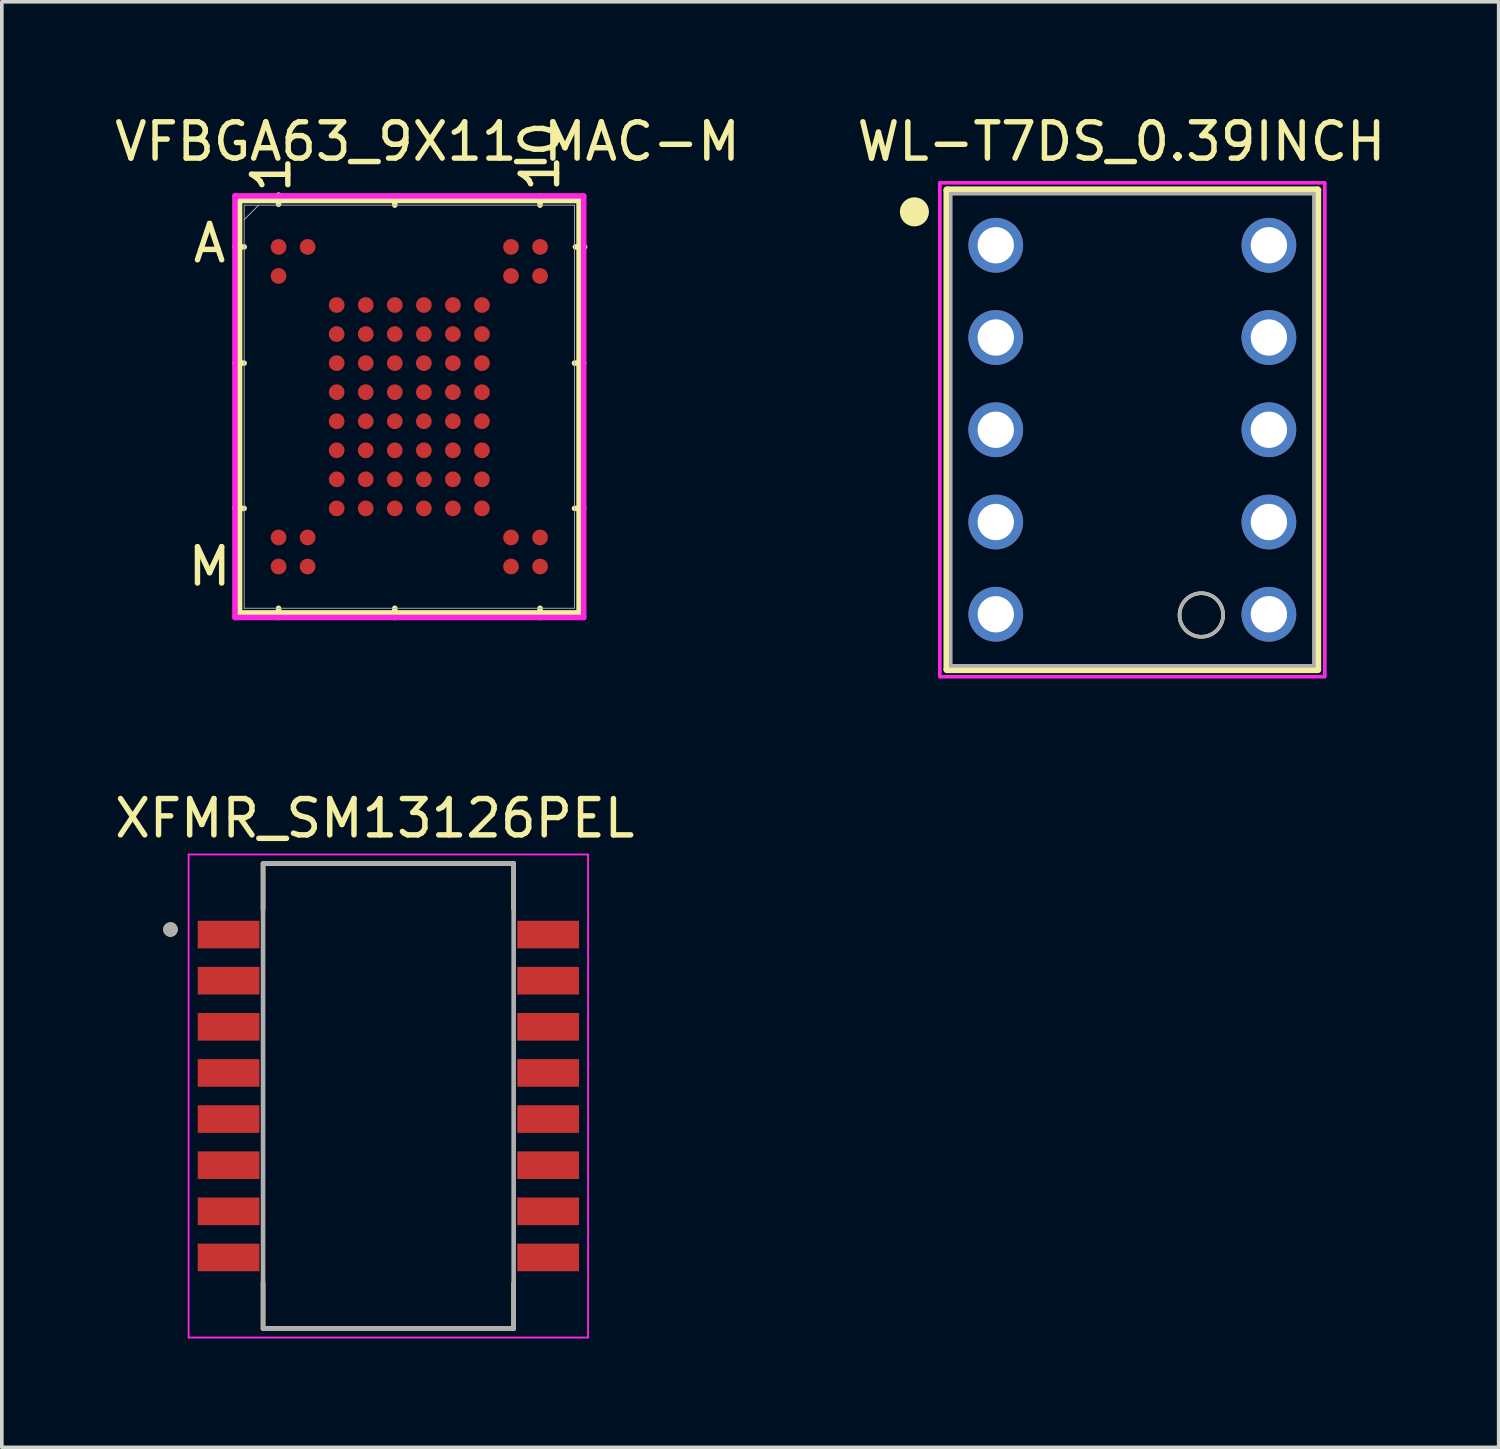
<source format=kicad_pcb>
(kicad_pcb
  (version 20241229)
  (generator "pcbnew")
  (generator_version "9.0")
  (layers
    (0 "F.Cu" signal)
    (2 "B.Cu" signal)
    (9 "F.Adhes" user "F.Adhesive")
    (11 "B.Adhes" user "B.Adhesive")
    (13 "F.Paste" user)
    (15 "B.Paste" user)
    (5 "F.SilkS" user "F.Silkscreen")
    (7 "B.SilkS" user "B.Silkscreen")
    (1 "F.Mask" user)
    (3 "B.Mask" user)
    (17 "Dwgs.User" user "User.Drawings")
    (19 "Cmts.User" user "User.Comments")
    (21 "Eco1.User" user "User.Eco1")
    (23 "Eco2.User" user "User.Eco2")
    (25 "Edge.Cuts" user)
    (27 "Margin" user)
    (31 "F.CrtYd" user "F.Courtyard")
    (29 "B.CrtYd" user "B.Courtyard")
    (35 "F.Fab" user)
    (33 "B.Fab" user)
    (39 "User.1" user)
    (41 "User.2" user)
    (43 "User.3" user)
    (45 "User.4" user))
  (footprint "XFMR_SM13126PEL"
    (layer "F.Cu")
    (at 7.643 27.127)
    (property "Reference" "XFMR_SM13126PEL" (at -0.375 -7.645 0) (layer "F.SilkS") (effects (font (size 1 1) (thickness 0.15))))
    (attr smd)
    (fp_line (start -3.45 -6.4) (end 3.45 -6.4) (stroke (width 0.127) (type solid)) (layer "F.SilkS"))
    (fp_line (start -3.45 -5.15) (end -3.45 -6.4) (stroke (width 0.127) (type solid)) (layer "F.SilkS"))
    (fp_line (start -3.45 5.15) (end -3.45 6.4) (stroke (width 0.127) (type solid)) (layer "F.SilkS"))
    (fp_line (start -3.45 6.4) (end 3.45 6.4) (stroke (width 0.127) (type solid)) (layer "F.SilkS"))
    (fp_line (start 3.45 -6.4) (end 3.45 -5.15) (stroke (width 0.127) (type solid)) (layer "F.SilkS"))
    (fp_line (start 3.45 6.4) (end 3.45 5.15) (stroke (width 0.127) (type solid)) (layer "F.SilkS"))
    (fp_circle (center -6 -4.585) (end -5.9 -4.585) (stroke (width 0.2) (type solid)) (fill no) (layer "F.SilkS"))
    (fp_line (start -5.5 -6.65) (end -5.5 6.65) (stroke (width 0.05) (type solid)) (layer "F.CrtYd"))
    (fp_line (start -5.5 6.65) (end 5.5 6.65) (stroke (width 0.05) (type solid)) (layer "F.CrtYd"))
    (fp_line (start 5.5 -6.65) (end -5.5 -6.65) (stroke (width 0.05) (type solid)) (layer "F.CrtYd"))
    (fp_line (start 5.5 6.65) (end 5.5 -6.65) (stroke (width 0.05) (type solid)) (layer "F.CrtYd"))
    (fp_line (start -3.45 -6.4) (end -3.45 6.4) (stroke (width 0.127) (type solid)) (layer "F.Fab"))
    (fp_line (start -3.45 6.4) (end 3.45 6.4) (stroke (width 0.127) (type solid)) (layer "F.Fab"))
    (fp_line (start 3.45 -6.4) (end -3.45 -6.4) (stroke (width 0.127) (type solid)) (layer "F.Fab"))
    (fp_line (start 3.45 6.4) (end 3.45 -6.4) (stroke (width 0.127) (type solid)) (layer "F.Fab"))
    (fp_circle (center -6 -4.585) (end -5.9 -4.585) (stroke (width 0.2) (type solid)) (fill no) (layer "F.Fab"))
    (pad "1" smd rect (at -4.4 -4.445) (size 1.7 0.76) (layers "F.Cu" "F.Mask" "F.Paste"))
    (pad "2" smd rect (at -4.4 -3.175) (size 1.7 0.76) (layers "F.Cu" "F.Mask" "F.Paste"))
    (pad "3" smd rect (at -4.4 -1.905) (size 1.7 0.76) (layers "F.Cu" "F.Mask" "F.Paste"))
    (pad "4" smd rect (at -4.4 -0.635) (size 1.7 0.76) (layers "F.Cu" "F.Mask" "F.Paste"))
    (pad "5" smd rect (at -4.4 0.635) (size 1.7 0.76) (layers "F.Cu" "F.Mask" "F.Paste"))
    (pad "6" smd rect (at -4.4 1.905) (size 1.7 0.76) (layers "F.Cu" "F.Mask" "F.Paste"))
    (pad "7" smd rect (at -4.4 3.175) (size 1.7 0.76) (layers "F.Cu" "F.Mask" "F.Paste"))
    (pad "8" smd rect (at -4.4 4.445) (size 1.7 0.76) (layers "F.Cu" "F.Mask" "F.Paste"))
    (pad "9" smd rect (at 4.4 4.445) (size 1.7 0.76) (layers "F.Cu" "F.Mask" "F.Paste"))
    (pad "10" smd rect (at 4.4 3.175) (size 1.7 0.76) (layers "F.Cu" "F.Mask" "F.Paste"))
    (pad "11" smd rect (at 4.4 1.905) (size 1.7 0.76) (layers "F.Cu" "F.Mask" "F.Paste"))
    (pad "12" smd rect (at 4.4 0.635) (size 1.7 0.76) (layers "F.Cu" "F.Mask" "F.Paste"))
    (pad "13" smd rect (at 4.4 -0.635) (size 1.7 0.76) (layers "F.Cu" "F.Mask" "F.Paste"))
    (pad "14" smd rect (at 4.4 -1.905) (size 1.7 0.76) (layers "F.Cu" "F.Mask" "F.Paste"))
    (pad "15" smd rect (at 4.4 -3.175) (size 1.7 0.76) (layers "F.Cu" "F.Mask" "F.Paste"))
    (pad "16" smd rect (at 4.4 -4.445) (size 1.7 0.76) (layers "F.Cu" "F.Mask" "F.Paste")))
  (footprint "WL-T7DS_0.39INCH"
    (layer "F.Cu")
    (at 28.127 8.783)
    (property "Reference" "WL-T7DS_0.39INCH" (at -0.3 -7.935 0) (layer "F.SilkS") (effects (font (size 1 1) (thickness 0.15))))
    (attr through_hole)
    (fp_line (start -5.1 -6.6) (end 5.1 -6.6) (stroke (width 0.2) (type solid)) (layer "F.SilkS"))
    (fp_line (start -5.1 6.6) (end -5.1 -6.6) (stroke (width 0.2) (type solid)) (layer "F.SilkS"))
    (fp_line (start 5.1 -6.6) (end 5.1 6.6) (stroke (width 0.2) (type solid)) (layer "F.SilkS"))
    (fp_line (start 5.1 6.6) (end -5.1 6.6) (stroke (width 0.2) (type solid)) (layer "F.SilkS"))
    (fp_circle (center -6 -6) (end -5.8 -6) (stroke (width 0.4) (type solid)) (fill no) (layer "F.SilkS"))
    (fp_circle (center 1.9 5.1) (end 2.5 5.1) (stroke (width 0.1) (type solid)) (fill no) (layer "F.SilkS"))
    (fp_poly (pts (xy 5.3 6.8) (xy -5.3 6.8) (xy -5.3 -6.8) (xy 5.3 -6.8)) (stroke (width 0.1) (type solid)) (fill no) (layer "F.CrtYd"))
    (fp_line (start -5 -6.5) (end 5 -6.5) (stroke (width 0.1) (type solid)) (layer "F.Fab"))
    (fp_line (start -5 6.5) (end -5 -6.5) (stroke (width 0.1) (type solid)) (layer "F.Fab"))
    (fp_line (start 5 -6.5) (end 5 6.5) (stroke (width 0.1) (type solid)) (layer "F.Fab"))
    (fp_line (start 5 6.5) (end -5 6.5) (stroke (width 0.1) (type solid)) (layer "F.Fab"))
    (fp_circle (center 1.9 5.1) (end 2.5 5.1) (stroke (width 0.1) (type solid)) (fill no) (layer "F.Fab"))
    (pad "1" thru_hole circle (at -3.76 -5.08) (size 1.508 1.508) (drill 1) (layers "*.Cu" "*.Mask"))
    (pad "2" thru_hole circle (at -3.76 -2.54) (size 1.508 1.508) (drill 1) (layers "*.Cu" "*.Mask"))
    (pad "3" thru_hole circle (at -3.76 0) (size 1.508 1.508) (drill 1) (layers "*.Cu" "*.Mask"))
    (pad "4" thru_hole circle (at -3.76 2.54) (size 1.508 1.508) (drill 1) (layers "*.Cu" "*.Mask"))
    (pad "5" thru_hole circle (at -3.76 5.08) (size 1.508 1.508) (drill 1) (layers "*.Cu" "*.Mask"))
    (pad "6" thru_hole circle (at 3.76 5.08) (size 1.508 1.508) (drill 1) (layers "*.Cu" "*.Mask"))
    (pad "7" thru_hole circle (at 3.76 2.54) (size 1.508 1.508) (drill 1) (layers "*.Cu" "*.Mask"))
    (pad "8" thru_hole circle (at 3.76 0) (size 1.508 1.508) (drill 1) (layers "*.Cu" "*.Mask"))
    (pad "9" thru_hole circle (at 3.76 -2.54) (size 1.508 1.508) (drill 1) (layers "*.Cu" "*.Mask"))
    (pad "10" thru_hole circle (at 3.76 -5.08) (size 1.508 1.508) (drill 1) (layers "*.Cu" "*.Mask")))
  (footprint "VFBGA63_9X11_MAC-M"
    (layer "F.Cu")
    (at 8.22 8.148)
    (property "Reference" "VFBGA63_9X11_MAC-M" (at 0.5 -7.3 0) (unlocked yes) (layer "F.SilkS") (effects (font (size 1 1) (thickness 0.15))))
    (attr smd)
    (fp_line (start -4.674 -5.677) (end -4.674 5.677) (stroke (width 0.152) (type solid)) (layer "F.SilkS"))
    (fp_line (start -4.674 5.677) (end 4.674 5.677) (stroke (width 0.152) (type solid)) (layer "F.SilkS"))
    (fp_line (start -4.547 -1.2) (end -4.801 -1.2) (stroke (width 0.152) (type solid)) (layer "F.SilkS"))
    (fp_line (start -4.547 2.8) (end -4.801 2.8) (stroke (width 0.152) (type solid)) (layer "F.SilkS"))
    (fp_line (start -4.546 -4.4) (end -4.8 -4.4) (stroke (width 0.152) (type solid)) (layer "F.SilkS"))
    (fp_line (start -3.6 -5.827) (end -3.6 -5.573) (stroke (width 0.152) (type solid)) (layer "F.SilkS"))
    (fp_line (start -3.6 5.55) (end -3.6 5.804) (stroke (width 0.152) (type solid)) (layer "F.SilkS"))
    (fp_line (start -0.4 -5.55) (end -0.4 -5.804) (stroke (width 0.152) (type solid)) (layer "F.SilkS"))
    (fp_line (start -0.4 5.55) (end -0.4 5.804) (stroke (width 0.152) (type solid)) (layer "F.SilkS"))
    (fp_line (start 3.6 -5.55) (end 3.6 -5.804) (stroke (width 0.152) (type solid)) (layer "F.SilkS"))
    (fp_line (start 3.6 5.55) (end 3.6 5.804) (stroke (width 0.152) (type solid)) (layer "F.SilkS"))
    (fp_line (start 4.547 -1.2) (end 4.801 -1.2) (stroke (width 0.152) (type solid)) (layer "F.SilkS"))
    (fp_line (start 4.547 2.8) (end 4.801 2.8) (stroke (width 0.152) (type solid)) (layer "F.SilkS"))
    (fp_line (start 4.573 -4.4) (end 4.827 -4.4) (stroke (width 0.152) (type solid)) (layer "F.SilkS"))
    (fp_line (start 4.674 -5.677) (end -4.674 -5.677) (stroke (width 0.152) (type solid)) (layer "F.SilkS"))
    (fp_line (start 4.674 5.677) (end 4.674 -5.677) (stroke (width 0.152) (type solid)) (layer "F.SilkS"))
    (fp_line (start -4.801 -5.804) (end 4.801 -5.804) (stroke (width 0.152) (type solid)) (layer "F.CrtYd"))
    (fp_line (start -4.801 5.804) (end -4.801 -5.804) (stroke (width 0.152) (type solid)) (layer "F.CrtYd"))
    (fp_line (start 4.801 -5.804) (end 4.801 5.804) (stroke (width 0.152) (type solid)) (layer "F.CrtYd"))
    (fp_line (start 4.801 5.804) (end -4.801 5.804) (stroke (width 0.152) (type solid)) (layer "F.CrtYd"))
    (fp_line (start -4.547 -5.55) (end -4.547 5.55) (stroke (width 0.025) (type solid)) (layer "F.Fab"))
    (fp_line (start -4.547 5.55) (end 4.547 5.55) (stroke (width 0.025) (type solid)) (layer "F.Fab"))
    (fp_line (start -4.147 -5.55) (end -4.547 -5.15) (stroke (width 0.025) (type solid)) (layer "F.Fab"))
    (fp_line (start 4.547 -5.55) (end -4.547 -5.55) (stroke (width 0.025) (type solid)) (layer "F.Fab"))
    (fp_line (start 4.547 5.55) (end 4.547 -5.55) (stroke (width 0.025) (type solid)) (layer "F.Fab"))
    (fp_text user "A" (at -5.5 -4.5 0) (unlocked yes) (layer "F.SilkS") (effects (font (size 1 1) (thickness 0.15))))
    (fp_text user "M" (at -5.5 4.4 0) (unlocked yes) (layer "F.SilkS") (effects (font (size 1 1) (thickness 0.15))))
    (fp_text user "10" (at 3.6 -6.9 90) (unlocked yes) (layer "F.SilkS") (effects (font (size 1 1) (thickness 0.15))))
    (fp_text user "1" (at -3.8 -6.4 90) (unlocked yes) (layer "F.SilkS") (effects (font (size 1 1) (thickness 0.15))))
    (pad "A1" smd circle (at -3.6 -4.4) (size 0.432 0.432) (layers "F.Cu" "F.Mask" "F.Paste"))
    (pad "A2" smd circle (at -2.8 -4.4) (size 0.432 0.432) (layers "F.Cu" "F.Mask" "F.Paste"))
    (pad "A9" smd circle (at 2.8 -4.4) (size 0.432 0.432) (layers "F.Cu" "F.Mask" "F.Paste"))
    (pad "A10" smd circle (at 3.6 -4.4) (size 0.432 0.432) (layers "F.Cu" "F.Mask" "F.Paste"))
    (pad "B1" smd circle (at -3.6 -3.6) (size 0.432 0.432) (layers "F.Cu" "F.Mask" "F.Paste"))
    (pad "B9" smd circle (at 2.8 -3.6) (size 0.432 0.432) (layers "F.Cu" "F.Mask" "F.Paste"))
    (pad "B10" smd circle (at 3.6 -3.6) (size 0.432 0.432) (layers "F.Cu" "F.Mask" "F.Paste"))
    (pad "C3" smd circle (at -2 -2.8) (size 0.432 0.432) (layers "F.Cu" "F.Mask" "F.Paste"))
    (pad "C4" smd circle (at -1.2 -2.8) (size 0.432 0.432) (layers "F.Cu" "F.Mask" "F.Paste"))
    (pad "C5" smd circle (at -0.4 -2.8) (size 0.432 0.432) (layers "F.Cu" "F.Mask" "F.Paste"))
    (pad "C6" smd circle (at 0.4 -2.8) (size 0.432 0.432) (layers "F.Cu" "F.Mask" "F.Paste"))
    (pad "C7" smd circle (at 1.2 -2.8) (size 0.432 0.432) (layers "F.Cu" "F.Mask" "F.Paste"))
    (pad "C8" smd circle (at 2 -2.8) (size 0.432 0.432) (layers "F.Cu" "F.Mask" "F.Paste"))
    (pad "D3" smd circle (at -2 -2) (size 0.432 0.432) (layers "F.Cu" "F.Mask" "F.Paste"))
    (pad "D4" smd circle (at -1.2 -2) (size 0.432 0.432) (layers "F.Cu" "F.Mask" "F.Paste"))
    (pad "D5" smd circle (at -0.4 -2) (size 0.432 0.432) (layers "F.Cu" "F.Mask" "F.Paste"))
    (pad "D6" smd circle (at 0.4 -2) (size 0.432 0.432) (layers "F.Cu" "F.Mask" "F.Paste"))
    (pad "D7" smd circle (at 1.2 -2) (size 0.432 0.432) (layers "F.Cu" "F.Mask" "F.Paste"))
    (pad "D8" smd circle (at 2 -2) (size 0.432 0.432) (layers "F.Cu" "F.Mask" "F.Paste"))
    (pad "E3" smd circle (at -2 -1.2) (size 0.432 0.432) (layers "F.Cu" "F.Mask" "F.Paste"))
    (pad "E4" smd circle (at -1.2 -1.2) (size 0.432 0.432) (layers "F.Cu" "F.Mask" "F.Paste"))
    (pad "E5" smd circle (at -0.4 -1.2) (size 0.432 0.432) (layers "F.Cu" "F.Mask" "F.Paste"))
    (pad "E6" smd circle (at 0.4 -1.2) (size 0.432 0.432) (layers "F.Cu" "F.Mask" "F.Paste"))
    (pad "E7" smd circle (at 1.2 -1.2) (size 0.432 0.432) (layers "F.Cu" "F.Mask" "F.Paste"))
    (pad "E8" smd circle (at 2 -1.2) (size 0.432 0.432) (layers "F.Cu" "F.Mask" "F.Paste"))
    (pad "F3" smd circle (at -2 -0.4) (size 0.432 0.432) (layers "F.Cu" "F.Mask" "F.Paste"))
    (pad "F4" smd circle (at -1.2 -0.4) (size 0.432 0.432) (layers "F.Cu" "F.Mask" "F.Paste"))
    (pad "F5" smd circle (at -0.4 -0.4) (size 0.432 0.432) (layers "F.Cu" "F.Mask" "F.Paste"))
    (pad "F6" smd circle (at 0.4 -0.4) (size 0.432 0.432) (layers "F.Cu" "F.Mask" "F.Paste"))
    (pad "F7" smd circle (at 1.2 -0.4) (size 0.432 0.432) (layers "F.Cu" "F.Mask" "F.Paste"))
    (pad "F8" smd circle (at 2 -0.4) (size 0.432 0.432) (layers "F.Cu" "F.Mask" "F.Paste"))
    (pad "G3" smd circle (at -2 0.4) (size 0.432 0.432) (layers "F.Cu" "F.Mask" "F.Paste"))
    (pad "G4" smd circle (at -1.2 0.4) (size 0.432 0.432) (layers "F.Cu" "F.Mask" "F.Paste"))
    (pad "G5" smd circle (at -0.4 0.4) (size 0.432 0.432) (layers "F.Cu" "F.Mask" "F.Paste"))
    (pad "G6" smd circle (at 0.4 0.4) (size 0.432 0.432) (layers "F.Cu" "F.Mask" "F.Paste"))
    (pad "G7" smd circle (at 1.2 0.4) (size 0.432 0.432) (layers "F.Cu" "F.Mask" "F.Paste"))
    (pad "G8" smd circle (at 2 0.4) (size 0.432 0.432) (layers "F.Cu" "F.Mask" "F.Paste"))
    (pad "H3" smd circle (at -2 1.2) (size 0.432 0.432) (layers "F.Cu" "F.Mask" "F.Paste"))
    (pad "H4" smd circle (at -1.2 1.2) (size 0.432 0.432) (layers "F.Cu" "F.Mask" "F.Paste"))
    (pad "H5" smd circle (at -0.4 1.2) (size 0.432 0.432) (layers "F.Cu" "F.Mask" "F.Paste"))
    (pad "H6" smd circle (at 0.4 1.2) (size 0.432 0.432) (layers "F.Cu" "F.Mask" "F.Paste"))
    (pad "H7" smd circle (at 1.2 1.2) (size 0.432 0.432) (layers "F.Cu" "F.Mask" "F.Paste"))
    (pad "H8" smd circle (at 2 1.2) (size 0.432 0.432) (layers "F.Cu" "F.Mask" "F.Paste"))
    (pad "J3" smd circle (at -2 2) (size 0.432 0.432) (layers "F.Cu" "F.Mask" "F.Paste"))
    (pad "J4" smd circle (at -1.2 2) (size 0.432 0.432) (layers "F.Cu" "F.Mask" "F.Paste"))
    (pad "J5" smd circle (at -0.4 2) (size 0.432 0.432) (layers "F.Cu" "F.Mask" "F.Paste"))
    (pad "J6" smd circle (at 0.4 2) (size 0.432 0.432) (layers "F.Cu" "F.Mask" "F.Paste"))
    (pad "J7" smd circle (at 1.2 2) (size 0.432 0.432) (layers "F.Cu" "F.Mask" "F.Paste"))
    (pad "J8" smd circle (at 2 2) (size 0.432 0.432) (layers "F.Cu" "F.Mask" "F.Paste"))
    (pad "K3" smd circle (at -2 2.8) (size 0.432 0.432) (layers "F.Cu" "F.Mask" "F.Paste"))
    (pad "K4" smd circle (at -1.2 2.8) (size 0.432 0.432) (layers "F.Cu" "F.Mask" "F.Paste"))
    (pad "K5" smd circle (at -0.4 2.8) (size 0.432 0.432) (layers "F.Cu" "F.Mask" "F.Paste"))
    (pad "K6" smd circle (at 0.4 2.8) (size 0.432 0.432) (layers "F.Cu" "F.Mask" "F.Paste"))
    (pad "K7" smd circle (at 1.2 2.8) (size 0.432 0.432) (layers "F.Cu" "F.Mask" "F.Paste"))
    (pad "K8" smd circle (at 2 2.8) (size 0.432 0.432) (layers "F.Cu" "F.Mask" "F.Paste"))
    (pad "L1" smd circle (at -3.6 3.6) (size 0.432 0.432) (layers "F.Cu" "F.Mask" "F.Paste"))
    (pad "L2" smd circle (at -2.8 3.6) (size 0.432 0.432) (layers "F.Cu" "F.Mask" "F.Paste"))
    (pad "L9" smd circle (at 2.8 3.6) (size 0.432 0.432) (layers "F.Cu" "F.Mask" "F.Paste"))
    (pad "L10" smd circle (at 3.6 3.6) (size 0.432 0.432) (layers "F.Cu" "F.Mask" "F.Paste"))
    (pad "M1" smd circle (at -3.6 4.4) (size 0.432 0.432) (layers "F.Cu" "F.Mask" "F.Paste"))
    (pad "M2" smd circle (at -2.8 4.4) (size 0.432 0.432) (layers "F.Cu" "F.Mask" "F.Paste"))
    (pad "M9" smd circle (at 2.8 4.4) (size 0.432 0.432) (layers "F.Cu" "F.Mask" "F.Paste"))
    (pad "M10" smd circle (at 3.6 4.4) (size 0.432 0.432) (layers "F.Cu" "F.Mask" "F.Paste")))
  (gr_rect
    (start -3 -3)
    (end 38.214 36.801)
    (stroke (width 0.1) (type default))
    (fill no)
    (layer "Edge.Cuts")))
</source>
